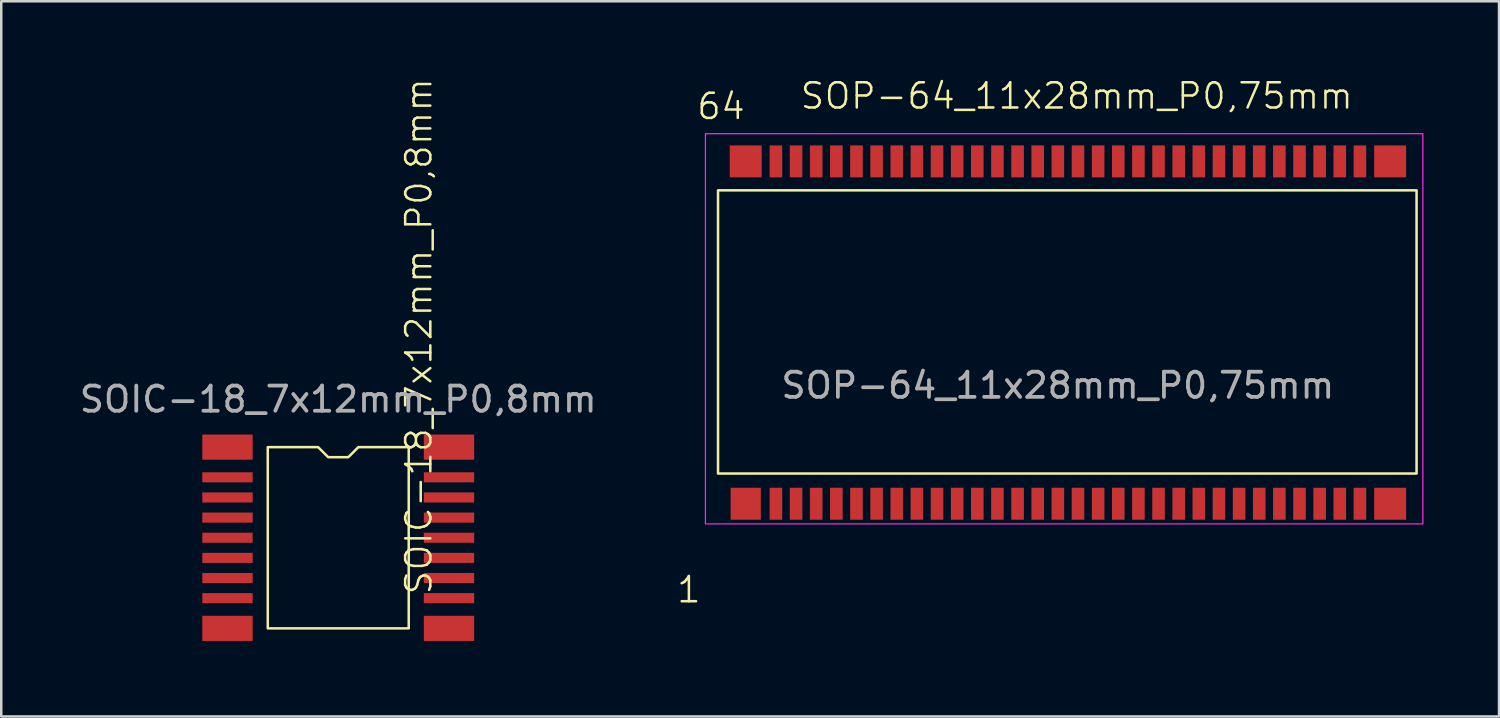
<source format=kicad_pcb>
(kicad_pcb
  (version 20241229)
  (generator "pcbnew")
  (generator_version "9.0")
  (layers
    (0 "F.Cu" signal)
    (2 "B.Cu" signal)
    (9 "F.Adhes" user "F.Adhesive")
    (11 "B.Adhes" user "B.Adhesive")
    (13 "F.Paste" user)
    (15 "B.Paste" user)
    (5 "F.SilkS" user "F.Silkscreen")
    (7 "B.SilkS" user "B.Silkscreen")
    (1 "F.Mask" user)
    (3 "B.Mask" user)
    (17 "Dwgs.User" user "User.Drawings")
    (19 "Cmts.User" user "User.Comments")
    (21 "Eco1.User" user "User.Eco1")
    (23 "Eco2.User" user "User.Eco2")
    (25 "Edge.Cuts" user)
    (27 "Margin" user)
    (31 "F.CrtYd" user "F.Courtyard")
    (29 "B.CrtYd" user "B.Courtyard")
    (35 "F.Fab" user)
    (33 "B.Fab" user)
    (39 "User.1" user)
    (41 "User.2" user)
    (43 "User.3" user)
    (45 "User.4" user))
  (footprint "SOIC-18_7x12mm_P0,8mm"
    (layer "F.Cu")
    (at 10.387 18.312)
    (property "Reference" "SOIC-18_7x12mm_P0,8mm" (at 3.2 -8 90) (unlocked yes) (layer "F.SilkS") (effects (font (size 1 1) (thickness 0.1))))
    (attr smd)
    (fp_poly (pts (xy -2.8 3.6) (xy 2.8 3.6) (xy 2.8 -3.6) (xy 0.8 -3.6) (xy 0.4 -3.2) (xy -0.4 -3.2) (xy -0.8 -3.6) (xy -2.8 -3.6)) (stroke (width 0.1) (type solid)) (fill no) (layer "F.SilkS"))
    (fp_text user "${REFERENCE}" (at 0 -5.5 0) (unlocked yes) (layer "F.Fab") (effects (font (size 1 1) (thickness 0.15))))
    (pad "1" smd rect (at -4.4 -3.6 90) (size 1 2) (layers "F.Cu" "F.Mask" "F.Paste"))
    (pad "2" smd rect (at -4.4 -2.4 90) (size 0.4 2) (layers "F.Cu" "F.Mask" "F.Paste"))
    (pad "3" smd rect (at -4.4 -1.6 90) (size 0.4 2) (layers "F.Cu" "F.Mask" "F.Paste"))
    (pad "4" smd rect (at -4.4 -0.8 90) (size 0.4 2) (layers "F.Cu" "F.Mask" "F.Paste"))
    (pad "5" smd rect (at -4.4 0 90) (size 0.4 2) (layers "F.Cu" "F.Mask" "F.Paste"))
    (pad "6" smd rect (at -4.4 0.8 90) (size 0.4 2) (layers "F.Cu" "F.Mask" "F.Paste"))
    (pad "7" smd rect (at -4.4 1.6 90) (size 0.4 2) (layers "F.Cu" "F.Mask" "F.Paste"))
    (pad "8" smd rect (at -4.4 2.4 90) (size 0.4 2) (layers "F.Cu" "F.Mask" "F.Paste"))
    (pad "9" smd rect (at -4.4 3.6 90) (size 1 2) (layers "F.Cu" "F.Mask" "F.Paste"))
    (pad "10" smd rect (at 4.4 3.6 90) (size 1 2) (layers "F.Cu" "F.Mask" "F.Paste"))
    (pad "11" smd rect (at 4.4 2.4 90) (size 0.4 2) (layers "F.Cu" "F.Mask" "F.Paste"))
    (pad "12" smd rect (at 4.4 1.6 90) (size 0.4 2) (layers "F.Cu" "F.Mask" "F.Paste"))
    (pad "13" smd rect (at 4.4 0.8 90) (size 0.4 2) (layers "F.Cu" "F.Mask" "F.Paste"))
    (pad "14" smd rect (at 4.4 0 90) (size 0.4 2) (layers "F.Cu" "F.Mask" "F.Paste"))
    (pad "15" smd rect (at 4.4 -0.8 90) (size 0.4 2) (layers "F.Cu" "F.Mask" "F.Paste"))
    (pad "16" smd rect (at 4.4 -1.6 90) (size 0.4 2) (layers "F.Cu" "F.Mask" "F.Paste"))
    (pad "17" smd rect (at 4.4 -2.4 90) (size 0.4 2) (layers "F.Cu" "F.Mask" "F.Paste"))
    (pad "18" smd rect (at 4.4 -3.6 90) (size 1 2) (layers "F.Cu" "F.Mask" "F.Paste")))
  (footprint "SOP-64_11x28mm_P0,75mm"
    (layer "F.Cu")
    (at 38.974 9.761)
    (property "Reference" "SOP-64_11x28mm_P0,75mm" (at 0.75 -9 0) (unlocked yes) (layer "F.SilkS") (effects (font (size 1 1) (thickness 0.1))))
    (attr smd)
    (fp_rect (start -13.5 -5.25) (end 14.25 6) (stroke (width 0.1) (type default)) (fill no) (layer "F.SilkS"))
    (fp_rect (start -14 -7.5) (end 14.5 8) (stroke (width 0.05) (type default)) (fill no) (layer "F.CrtYd"))
    (fp_text user "1" (at -15.2 11.2 0) (unlocked yes) (layer "F.SilkS") (effects (font (size 1 1) (thickness 0.1)) (justify left bottom)))
    (fp_text user "64" (at -14.4 -8 0) (unlocked yes) (layer "F.SilkS") (effects (font (size 1 1) (thickness 0.1)) (justify left bottom)))
    (fp_text user "${REFERENCE}" (at 0 2.5 0) (unlocked yes) (layer "F.Fab") (effects (font (size 1 1) (thickness 0.15))))
    (pad "1" smd rect (at -12.4 7.2 90) (size 1.27 1.2) (layers "F.Cu" "F.Mask" "F.Paste"))
    (pad "2" smd rect (at -11.2 7.2 90) (size 1.27 0.5) (layers "F.Cu" "F.Mask" "F.Paste"))
    (pad "3" smd rect (at -10.4 7.2 90) (size 1.27 0.5) (layers "F.Cu" "F.Mask" "F.Paste"))
    (pad "4" smd rect (at -9.6 7.2 90) (size 1.27 0.5) (layers "F.Cu" "F.Mask" "F.Paste"))
    (pad "5" smd rect (at -8.8 7.2 90) (size 1.27 0.5) (layers "F.Cu" "F.Mask" "F.Paste"))
    (pad "6" smd rect (at -8 7.2 90) (size 1.27 0.5) (layers "F.Cu" "F.Mask" "F.Paste"))
    (pad "7" smd rect (at -7.2 7.2 90) (size 1.27 0.5) (layers "F.Cu" "F.Mask" "F.Paste"))
    (pad "8" smd rect (at -6.4 7.2 90) (size 1.27 0.5) (layers "F.Cu" "F.Mask" "F.Paste"))
    (pad "9" smd rect (at -5.6 7.2 90) (size 1.27 0.5) (layers "F.Cu" "F.Mask" "F.Paste"))
    (pad "10" smd rect (at -4.8 7.2 90) (size 1.27 0.5) (layers "F.Cu" "F.Mask" "F.Paste"))
    (pad "11" smd rect (at -4 7.2 90) (size 1.27 0.5) (layers "F.Cu" "F.Mask" "F.Paste"))
    (pad "12" smd rect (at -3.2 7.2 90) (size 1.27 0.5) (layers "F.Cu" "F.Mask" "F.Paste"))
    (pad "13" smd rect (at -2.4 7.2 90) (size 1.27 0.5) (layers "F.Cu" "F.Mask" "F.Paste"))
    (pad "14" smd rect (at -1.6 7.2 90) (size 1.27 0.5) (layers "F.Cu" "F.Mask" "F.Paste"))
    (pad "15" smd rect (at -0.8 7.2 90) (size 1.27 0.5) (layers "F.Cu" "F.Mask" "F.Paste"))
    (pad "16" smd rect (at 0 7.2 90) (size 1.27 0.5) (layers "F.Cu" "F.Mask" "F.Paste"))
    (pad "17" smd rect (at 0.8 7.2 90) (size 1.27 0.5) (layers "F.Cu" "F.Mask" "F.Paste"))
    (pad "18" smd rect (at 1.6 7.2 90) (size 1.27 0.5) (layers "F.Cu" "F.Mask" "F.Paste"))
    (pad "19" smd rect (at 2.4 7.2 90) (size 1.27 0.5) (layers "F.Cu" "F.Mask" "F.Paste"))
    (pad "20" smd rect (at 3.2 7.2 90) (size 1.27 0.5) (layers "F.Cu" "F.Mask" "F.Paste"))
    (pad "21" smd rect (at 4 7.2 90) (size 1.27 0.5) (layers "F.Cu" "F.Mask" "F.Paste"))
    (pad "22" smd rect (at 4.8 7.2 90) (size 1.27 0.5) (layers "F.Cu" "F.Mask" "F.Paste"))
    (pad "23" smd rect (at 5.6 7.2 90) (size 1.27 0.5) (layers "F.Cu" "F.Mask" "F.Paste"))
    (pad "24" smd rect (at 6.4 7.2 90) (size 1.27 0.5) (layers "F.Cu" "F.Mask" "F.Paste"))
    (pad "25" smd rect (at 7.2 7.2 90) (size 1.27 0.5) (layers "F.Cu" "F.Mask" "F.Paste"))
    (pad "26" smd rect (at 8 7.2 90) (size 1.27 0.5) (layers "F.Cu" "F.Mask" "F.Paste"))
    (pad "27" smd rect (at 8.8 7.2 90) (size 1.27 0.5) (layers "F.Cu" "F.Mask" "F.Paste"))
    (pad "28" smd rect (at 9.6 7.2 90) (size 1.27 0.5) (layers "F.Cu" "F.Mask" "F.Paste"))
    (pad "29" smd rect (at 10.4 7.2 90) (size 1.27 0.5) (layers "F.Cu" "F.Mask" "F.Paste"))
    (pad "30" smd rect (at 11.2 7.2 90) (size 1.27 0.5) (layers "F.Cu" "F.Mask" "F.Paste"))
    (pad "31" smd rect (at 12 7.2 90) (size 1.27 0.5) (layers "F.Cu" "F.Mask" "F.Paste"))
    (pad "32" smd rect (at 13.2 7.2 90) (size 1.27 1.27) (layers "F.Cu" "F.Mask" "F.Paste"))
    (pad "33" smd rect (at 13.2 -6.4 90) (size 1.27 1.27) (layers "F.Cu" "F.Mask" "F.Paste"))
    (pad "34" smd rect (at 12 -6.4 90) (size 1.27 0.5) (layers "F.Cu" "F.Mask" "F.Paste"))
    (pad "35" smd rect (at 11.2 -6.4 90) (size 1.27 0.5) (layers "F.Cu" "F.Mask" "F.Paste"))
    (pad "36" smd rect (at 10.4 -6.4 90) (size 1.27 0.5) (layers "F.Cu" "F.Mask" "F.Paste"))
    (pad "37" smd rect (at 9.6 -6.4 90) (size 1.27 0.5) (layers "F.Cu" "F.Mask" "F.Paste"))
    (pad "38" smd rect (at 8.8 -6.4 90) (size 1.27 0.5) (layers "F.Cu" "F.Mask" "F.Paste"))
    (pad "39" smd rect (at 8 -6.4 90) (size 1.27 0.5) (layers "F.Cu" "F.Mask" "F.Paste"))
    (pad "40" smd rect (at 7.2 -6.4 90) (size 1.27 0.5) (layers "F.Cu" "F.Mask" "F.Paste"))
    (pad "41" smd rect (at 6.4 -6.4 90) (size 1.27 0.5) (layers "F.Cu" "F.Mask" "F.Paste"))
    (pad "42" smd rect (at 5.6 -6.4 90) (size 1.27 0.5) (layers "F.Cu" "F.Mask" "F.Paste"))
    (pad "43" smd rect (at 4.8 -6.4 90) (size 1.27 0.5) (layers "F.Cu" "F.Mask" "F.Paste"))
    (pad "44" smd rect (at 4 -6.4 90) (size 1.27 0.5) (layers "F.Cu" "F.Mask" "F.Paste"))
    (pad "45" smd rect (at 3.2 -6.4 90) (size 1.27 0.5) (layers "F.Cu" "F.Mask" "F.Paste"))
    (pad "46" smd rect (at 2.4 -6.4 90) (size 1.27 0.5) (layers "F.Cu" "F.Mask" "F.Paste"))
    (pad "47" smd rect (at 1.6 -6.4 90) (size 1.27 0.5) (layers "F.Cu" "F.Mask" "F.Paste"))
    (pad "48" smd rect (at 0.8 -6.4 90) (size 1.27 0.5) (layers "F.Cu" "F.Mask" "F.Paste"))
    (pad "49" smd rect (at 0 -6.4 90) (size 1.27 0.5) (layers "F.Cu" "F.Mask" "F.Paste"))
    (pad "50" smd rect (at -0.8 -6.4 90) (size 1.27 0.5) (layers "F.Cu" "F.Mask" "F.Paste"))
    (pad "51" smd rect (at -1.6 -6.4 90) (size 1.27 0.5) (layers "F.Cu" "F.Mask" "F.Paste"))
    (pad "52" smd rect (at -2.4 -6.4 90) (size 1.27 0.5) (layers "F.Cu" "F.Mask" "F.Paste"))
    (pad "53" smd rect (at -3.2 -6.4 90) (size 1.27 0.5) (layers "F.Cu" "F.Mask" "F.Paste"))
    (pad "54" smd rect (at -4 -6.4 90) (size 1.27 0.5) (layers "F.Cu" "F.Mask" "F.Paste"))
    (pad "55" smd rect (at -4.8 -6.4 90) (size 1.27 0.5) (layers "F.Cu" "F.Mask" "F.Paste"))
    (pad "56" smd rect (at -5.6 -6.4 90) (size 1.27 0.5) (layers "F.Cu" "F.Mask" "F.Paste"))
    (pad "57" smd rect (at -6.4 -6.4 90) (size 1.27 0.5) (layers "F.Cu" "F.Mask" "F.Paste"))
    (pad "58" smd rect (at -7.2 -6.4 90) (size 1.27 0.5) (layers "F.Cu" "F.Mask" "F.Paste"))
    (pad "59" smd rect (at -8 -6.4 90) (size 1.27 0.5) (layers "F.Cu" "F.Mask" "F.Paste"))
    (pad "60" smd rect (at -8.8 -6.4 90) (size 1.27 0.5) (layers "F.Cu" "F.Mask" "F.Paste"))
    (pad "61" smd rect (at -9.6 -6.4 90) (size 1.27 0.5) (layers "F.Cu" "F.Mask" "F.Paste"))
    (pad "62" smd rect (at -10.4 -6.4 90) (size 1.27 0.5) (layers "F.Cu" "F.Mask" "F.Paste"))
    (pad "63" smd rect (at -11.2 -6.4 90) (size 1.27 0.5) (layers "F.Cu" "F.Mask" "F.Paste"))
    (pad "64" smd rect (at -12.4 -6.4 90) (size 1.27 1.27) (layers "F.Cu" "F.Mask" "F.Paste")))
  (gr_rect
    (start -3 -3)
    (end 56.499 25.412)
    (stroke (width 0.1) (type default))
    (fill no)
    (layer "Edge.Cuts")))
</source>
